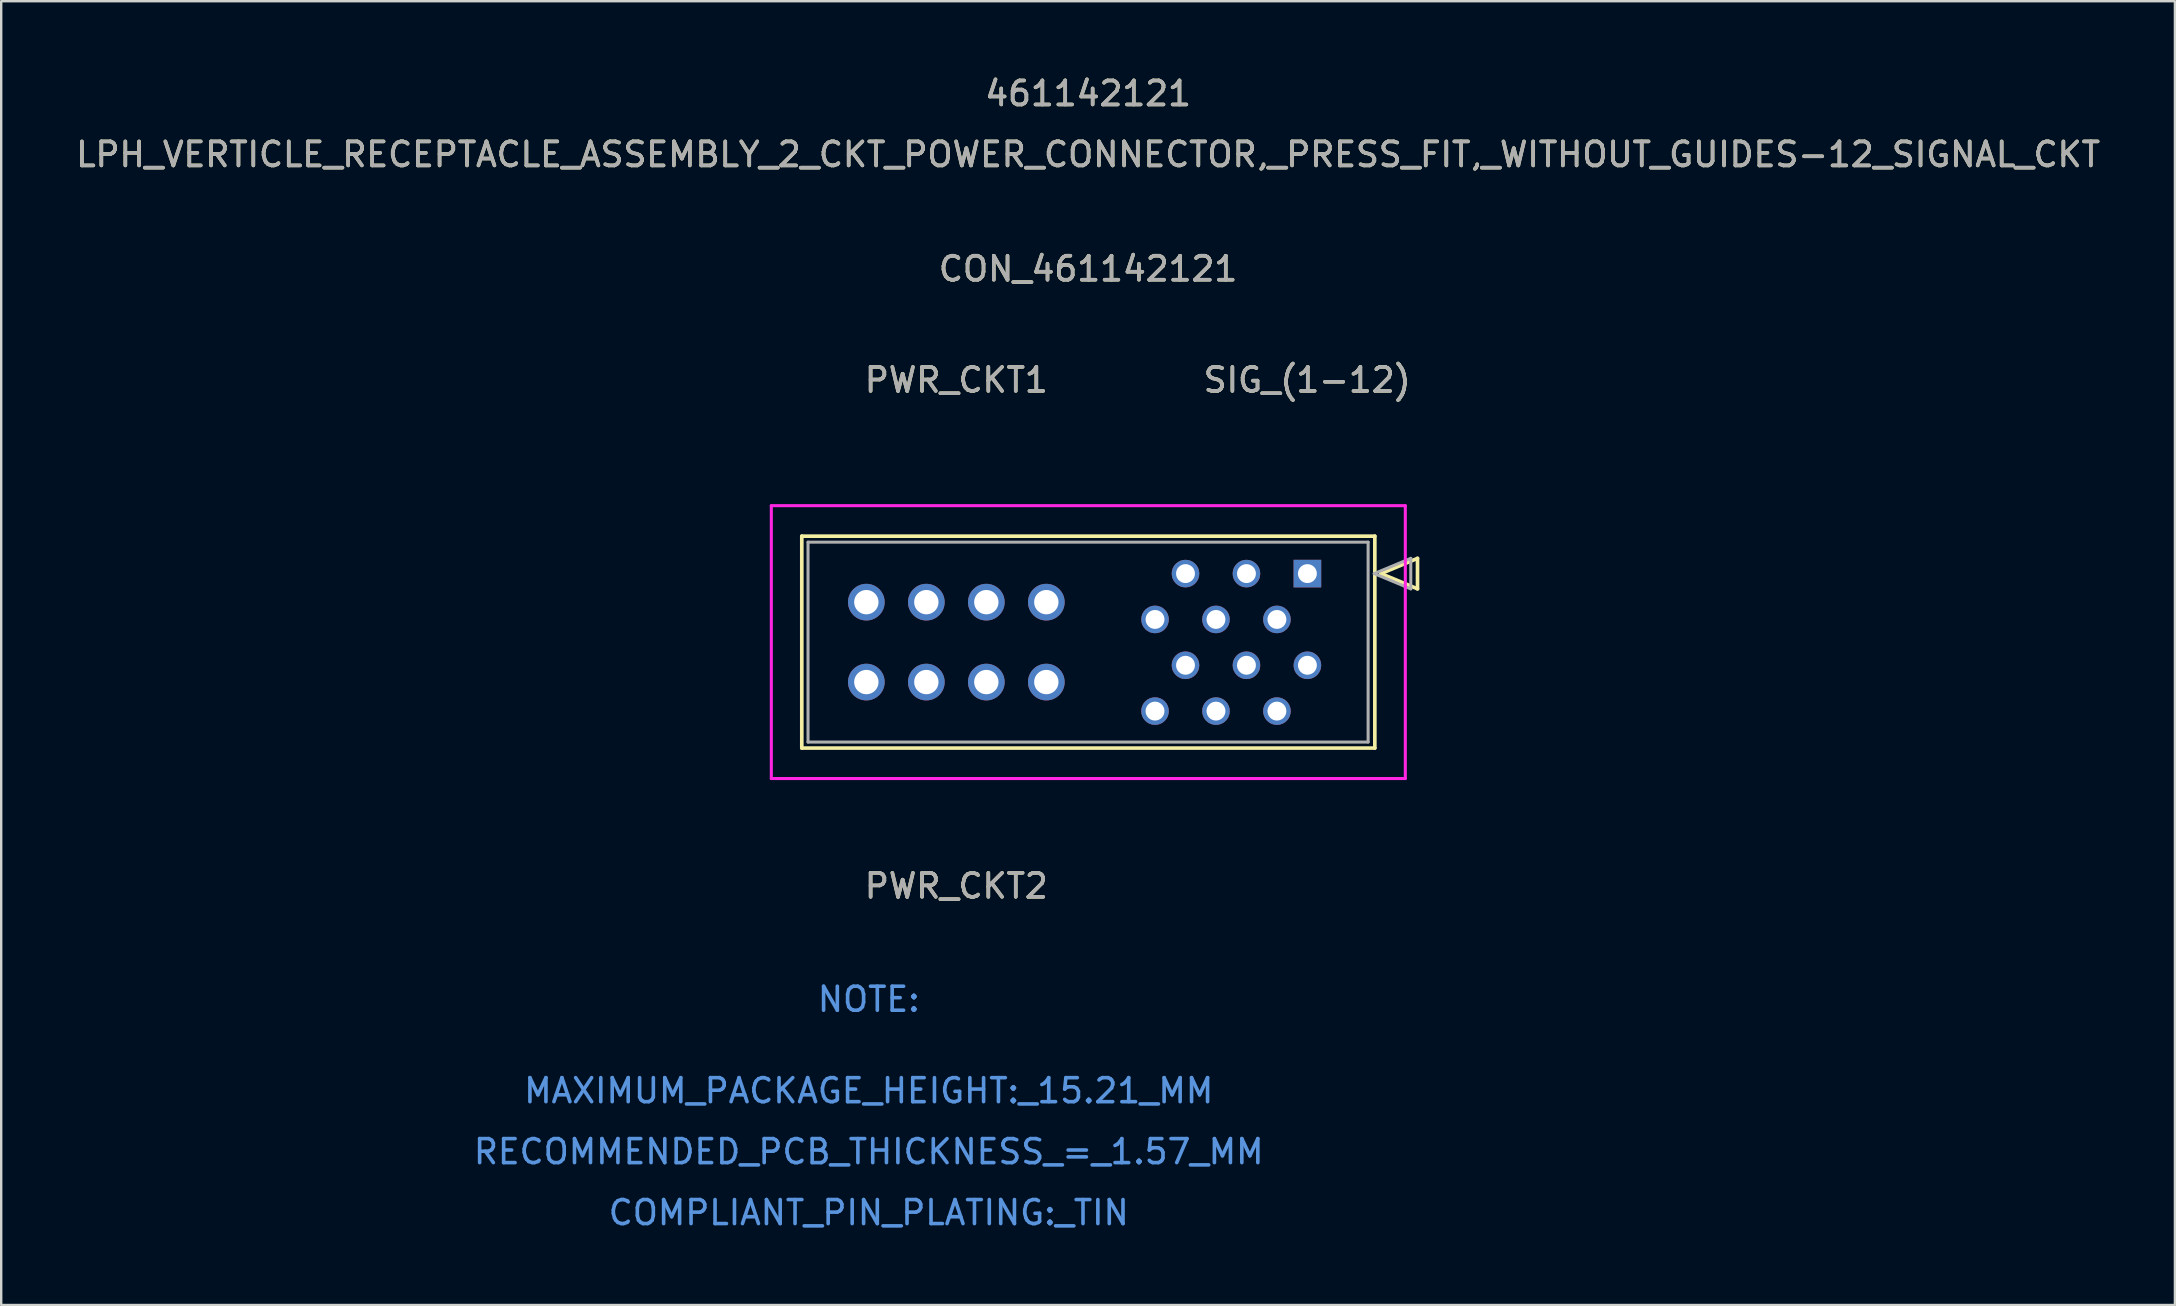
<source format=kicad_pcb>
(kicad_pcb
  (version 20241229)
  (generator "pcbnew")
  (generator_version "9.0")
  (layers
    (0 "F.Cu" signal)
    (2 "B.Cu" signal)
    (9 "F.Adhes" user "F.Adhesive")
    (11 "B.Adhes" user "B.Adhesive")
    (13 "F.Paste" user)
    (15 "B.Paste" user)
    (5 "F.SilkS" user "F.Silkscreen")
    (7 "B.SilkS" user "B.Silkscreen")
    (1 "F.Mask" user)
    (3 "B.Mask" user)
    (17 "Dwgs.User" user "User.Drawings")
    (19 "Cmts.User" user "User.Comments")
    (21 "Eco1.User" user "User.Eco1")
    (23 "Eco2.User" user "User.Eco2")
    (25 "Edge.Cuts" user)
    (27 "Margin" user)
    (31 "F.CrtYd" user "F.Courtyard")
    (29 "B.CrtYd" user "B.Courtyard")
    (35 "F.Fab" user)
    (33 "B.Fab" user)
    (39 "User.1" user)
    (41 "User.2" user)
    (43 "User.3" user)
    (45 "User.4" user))
  (footprint "CON_461142121"
    (layer "F.Cu")
    (at 51.432 20.853)
    (property "Reference" "CON_461142121" (at -9.14 -12.7 0) (unlocked yes) (layer "F.SilkS") (effects (font (size 1 1) (thickness 0.15))))
    (attr through_hole)
    (fp_line (start -21.07 -1.56) (end -21.07 7.27) (stroke (width 0.152) (type solid)) (layer "F.SilkS"))
    (fp_line (start -21.07 7.27) (end 2.81 7.27) (stroke (width 0.152) (type solid)) (layer "F.SilkS"))
    (fp_line (start 2.81 -1.56) (end -21.07 -1.56) (stroke (width 0.152) (type solid)) (layer "F.SilkS"))
    (fp_line (start 2.81 7.27) (end 2.81 -1.56) (stroke (width 0.152) (type solid)) (layer "F.SilkS"))
    (fp_line (start 3.064 0) (end 4.588 -0.635) (stroke (width 0.152) (type solid)) (layer "F.SilkS"))
    (fp_line (start 4.588 -0.635) (end 4.588 0.635) (stroke (width 0.152) (type solid)) (layer "F.SilkS"))
    (fp_line (start 4.588 0.635) (end 3.064 0) (stroke (width 0.152) (type solid)) (layer "F.SilkS"))
    (fp_line (start -22.34 -2.83) (end -22.34 8.54) (stroke (width 0.127) (type solid)) (layer "F.CrtYd"))
    (fp_line (start -22.34 8.54) (end 4.08 8.54) (stroke (width 0.127) (type solid)) (layer "F.CrtYd"))
    (fp_line (start 4.08 -2.83) (end -22.34 -2.83) (stroke (width 0.127) (type solid)) (layer "F.CrtYd"))
    (fp_line (start 4.08 8.54) (end 4.08 -2.83) (stroke (width 0.127) (type solid)) (layer "F.CrtYd"))
    (fp_line (start -20.81 -1.31) (end -20.81 7.02) (stroke (width 0.127) (type solid)) (layer "F.Fab"))
    (fp_line (start -20.81 7.02) (end 2.53 7.02) (stroke (width 0.127) (type solid)) (layer "F.Fab"))
    (fp_line (start 2.53 -1.31) (end -20.81 -1.31) (stroke (width 0.127) (type solid)) (layer "F.Fab"))
    (fp_line (start 2.53 7.02) (end 2.53 -1.31) (stroke (width 0.127) (type solid)) (layer "F.Fab"))
    (fp_line (start 2.784 0) (end 4.308 -0.635) (stroke (width 0.127) (type solid)) (layer "F.Fab"))
    (fp_line (start 4.308 -0.635) (end 4.308 0.635) (stroke (width 0.127) (type solid)) (layer "F.Fab"))
    (fp_line (start 4.308 0.635) (end 2.784 0) (stroke (width 0.127) (type solid)) (layer "F.Fab"))
    (fp_text user "PWR_CKT2" (at -14.63 13.015 0) (unlocked yes) (layer "F.SilkS") (effects (font (size 1 1) (thickness 0.15))))
    (fp_text user "461142121" (at -9.14 -20.005 0) (unlocked yes) (layer "F.SilkS") (effects (font (size 1 1) (thickness 0.15))))
    (fp_text user "SIG_(1-12)" (at -0.008 -8.067 0) (unlocked yes) (layer "F.SilkS") (effects (font (size 1 1) (thickness 0.15))))
    (fp_text user "LPH_VERTICLE_RECEPTACLE_ASSEMBLY_2_CKT_POWER_CONNECTOR,_PRESS_FIT,_WITHOUT_GUIDES-12_SIGNAL_CKT" (at -9.14 -17.465 0) (unlocked yes) (layer "F.SilkS") (effects (font (size 1 1) (thickness 0.15))))
    (fp_text user "PWR_CKT1" (at -14.63 -8.067 0) (unlocked yes) (layer "F.SilkS") (effects (font (size 1 1) (thickness 0.15))))
    (fp_text user "COMPLIANT_PIN_PLATING:_TIN" (at -18.28 26.63 0) (unlocked yes) (layer "Cmts.User") (effects (font (size 1 1) (thickness 0.15))))
    (fp_text user "MAXIMUM_PACKAGE_HEIGHT:_15.21_MM" (at -18.28 21.55 0) (unlocked yes) (layer "Cmts.User") (effects (font (size 1 1) (thickness 0.15))))
    (fp_text user "RECOMMENDED_PCB_THICKNESS_=_1.57_MM" (at -18.28 24.09 0) (unlocked yes) (layer "Cmts.User") (effects (font (size 1 1) (thickness 0.15))))
    (fp_text user "NOTE:" (at -18.28 17.74 0) (unlocked yes) (layer "Cmts.User") (effects (font (size 1 1) (thickness 0.15))))
    (fp_text user "SIG_(1-12)" (at -0.008 -8.067 0) (unlocked yes) (layer "F.Fab") (effects (font (size 1 1) (thickness 0.15))))
    (fp_text user "PWR_CKT2" (at -14.63 13.015 0) (unlocked yes) (layer "F.Fab") (effects (font (size 1 1) (thickness 0.15))))
    (fp_text user "PWR_CKT1" (at -14.63 -8.067 0) (unlocked yes) (layer "F.Fab") (effects (font (size 1 1) (thickness 0.15))))
    (fp_text user "${REFERENCE}" (at -9.14 -12.7 0) (unlocked yes) (layer "F.Fab") (effects (font (size 1 1) (thickness 0.15))))
    (fp_text user "461142121" (at -9.14 -20.005 0) (unlocked yes) (layer "F.Fab") (effects (font (size 1 1) (thickness 0.15))))
    (fp_text user "LPH_VERTICLE_RECEPTACLE_ASSEMBLY_2_CKT_POWER_CONNECTOR,_PRESS_FIT,_WITHOUT_GUIDES-12_SIGNAL_CKT" (at -9.14 -17.465 0) (unlocked yes) (layer "F.Fab") (effects (font (size 1 1) (thickness 0.15))))
    (pad "1" thru_hole rect (at 0 0 90) (size 1.15 1.15) (drill 0.787) (layers "*.Cu" "*.Mask"))
    (pad "2" thru_hole circle (at -1.27 1.91 90) (size 1.15 1.15) (drill 0.787) (layers "*.Cu" "*.Mask"))
    (pad "3" thru_hole circle (at -2.54 0 90) (size 1.15 1.15) (drill 0.787) (layers "*.Cu" "*.Mask"))
    (pad "4" thru_hole circle (at -3.81 1.91 90) (size 1.15 1.15) (drill 0.787) (layers "*.Cu" "*.Mask"))
    (pad "5" thru_hole circle (at -5.08 0 90) (size 1.15 1.15) (drill 0.787) (layers "*.Cu" "*.Mask"))
    (pad "6" thru_hole circle (at -6.35 1.91 90) (size 1.15 1.15) (drill 0.787) (layers "*.Cu" "*.Mask"))
    (pad "7" thru_hole circle (at 0 3.82 90) (size 1.15 1.15) (drill 0.787) (layers "*.Cu" "*.Mask"))
    (pad "8" thru_hole circle (at -1.27 5.73 90) (size 1.15 1.15) (drill 0.787) (layers "*.Cu" "*.Mask"))
    (pad "9" thru_hole circle (at -2.54 3.82 90) (size 1.15 1.15) (drill 0.787) (layers "*.Cu" "*.Mask"))
    (pad "10" thru_hole circle (at -3.81 5.73 90) (size 1.15 1.15) (drill 0.787) (layers "*.Cu" "*.Mask"))
    (pad "11" thru_hole circle (at -5.08 3.82 90) (size 1.15 1.15) (drill 0.787) (layers "*.Cu" "*.Mask"))
    (pad "12" thru_hole circle (at -6.35 5.73 90) (size 1.15 1.15) (drill 0.787) (layers "*.Cu" "*.Mask"))
    (pad "A1" thru_hole circle (at -10.88 1.19) (size 1.528 1.528) (drill 1.016) (layers "*.Cu" "*.Mask"))
    (pad "A2" thru_hole circle (at -13.38 1.19) (size 1.528 1.528) (drill 1.016) (layers "*.Cu" "*.Mask"))
    (pad "A3" thru_hole circle (at -15.88 1.19) (size 1.528 1.528) (drill 1.016) (layers "*.Cu" "*.Mask"))
    (pad "A4" thru_hole circle (at -18.38 1.19) (size 1.528 1.528) (drill 1.016) (layers "*.Cu" "*.Mask"))
    (pad "B1" thru_hole circle (at -10.88 4.52) (size 1.528 1.528) (drill 1.016) (layers "*.Cu" "*.Mask"))
    (pad "B2" thru_hole circle (at -13.38 4.52) (size 1.528 1.528) (drill 1.016) (layers "*.Cu" "*.Mask"))
    (pad "B3" thru_hole circle (at -15.88 4.52) (size 1.528 1.528) (drill 1.016) (layers "*.Cu" "*.Mask"))
    (pad "B4" thru_hole circle (at -18.38 4.52) (size 1.528 1.528) (drill 1.016) (layers "*.Cu" "*.Mask")))
  (gr_rect
    (start -3 -3)
    (end 87.583 51.331)
    (stroke (width 0.1) (type default))
    (fill no)
    (layer "Edge.Cuts")))
</source>
